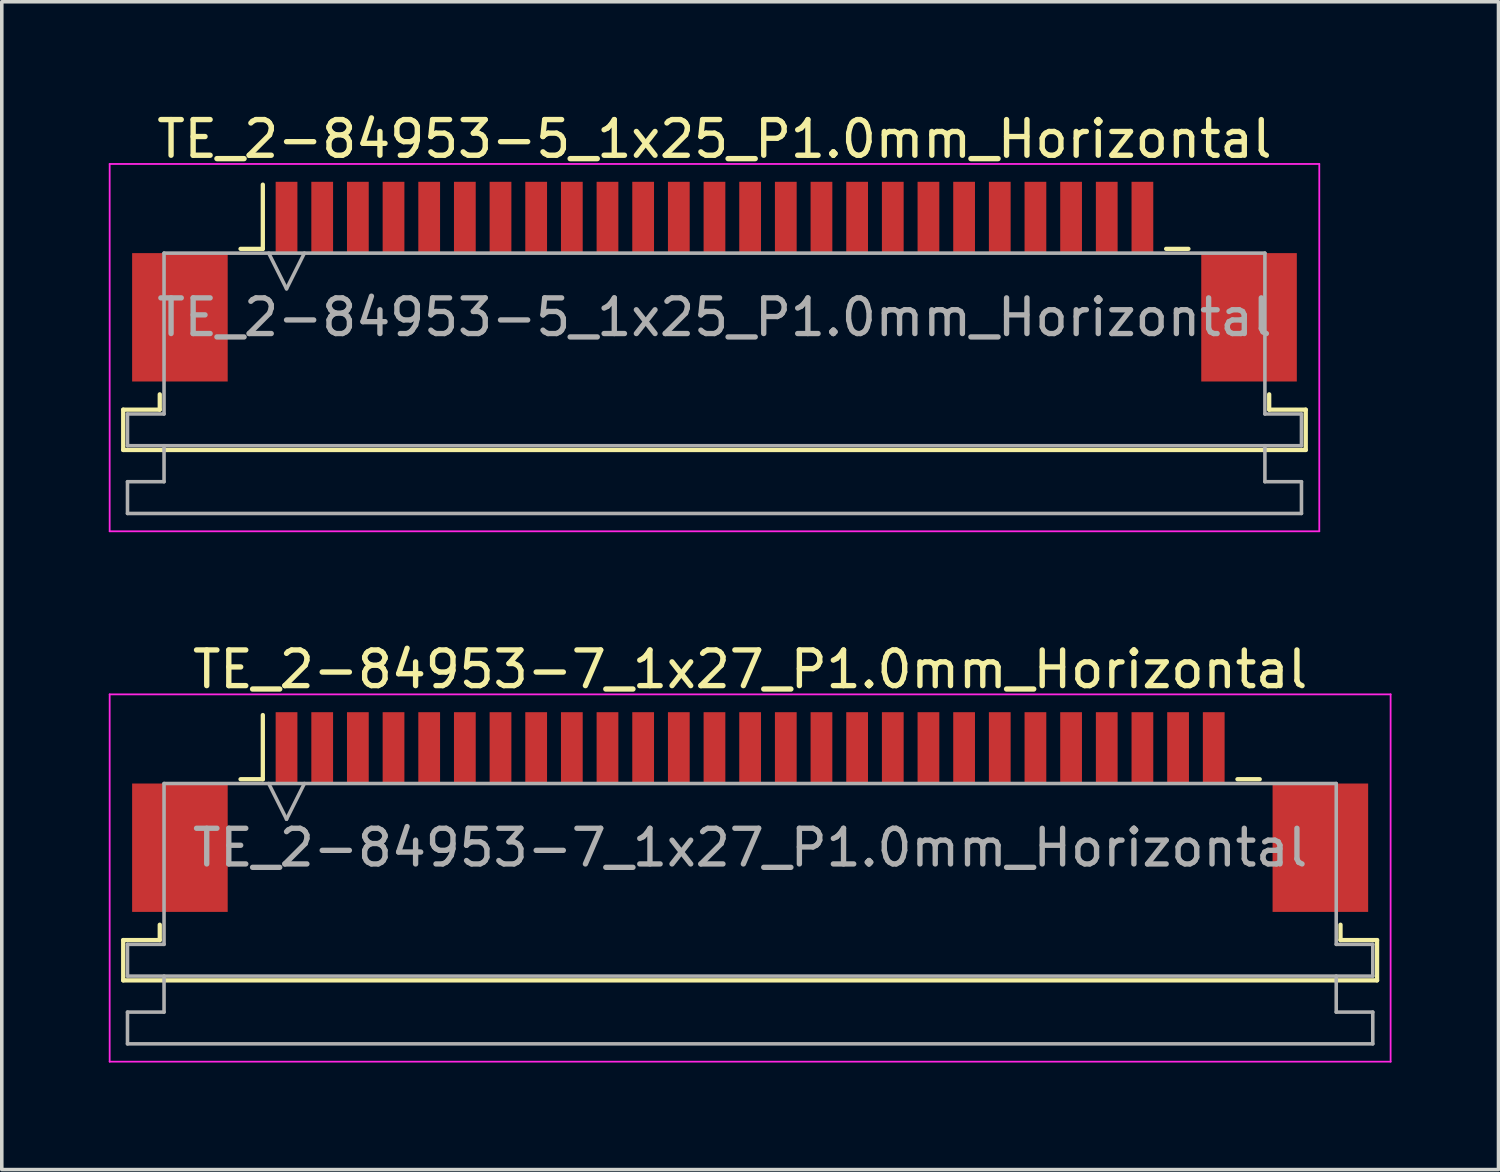
<source format=kicad_pcb>
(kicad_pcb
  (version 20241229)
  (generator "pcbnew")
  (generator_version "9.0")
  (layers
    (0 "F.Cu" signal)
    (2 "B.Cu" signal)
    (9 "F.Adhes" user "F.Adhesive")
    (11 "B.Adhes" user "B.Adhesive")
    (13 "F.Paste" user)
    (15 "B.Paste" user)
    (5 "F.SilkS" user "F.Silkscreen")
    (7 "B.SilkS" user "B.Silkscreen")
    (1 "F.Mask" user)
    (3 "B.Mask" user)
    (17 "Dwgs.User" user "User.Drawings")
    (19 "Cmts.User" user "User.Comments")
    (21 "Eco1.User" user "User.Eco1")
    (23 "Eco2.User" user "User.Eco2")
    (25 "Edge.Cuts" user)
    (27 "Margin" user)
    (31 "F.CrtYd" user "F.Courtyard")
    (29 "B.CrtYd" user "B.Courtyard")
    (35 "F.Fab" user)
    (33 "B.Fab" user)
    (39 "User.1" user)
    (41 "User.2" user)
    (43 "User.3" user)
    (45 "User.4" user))
  (footprint "TE_2-84953-5_1x25_P1.0mm_Horizontal"
    (layer "F.Cu")
    (at 16.985 4.848)
    (property "Reference" "TE_2-84953-5_1x25_P1.0mm_Horizontal" (at 0 -4 0) (layer "F.SilkS") (effects (font (size 1 1) (thickness 0.15))))
    (attr smd)
    (fp_line (start -16.58 3.59) (end -15.555 3.59) (stroke (width 0.12) (type solid)) (layer "F.SilkS"))
    (fp_line (start -16.58 4.72) (end -16.58 3.59) (stroke (width 0.12) (type solid)) (layer "F.SilkS"))
    (fp_line (start -15.555 3.59) (end -15.555 3.16) (stroke (width 0.12) (type solid)) (layer "F.SilkS"))
    (fp_line (start -13.29 -0.92) (end -12.665 -0.92) (stroke (width 0.12) (type solid)) (layer "F.SilkS"))
    (fp_line (start -12.665 -0.92) (end -12.665 -2.72) (stroke (width 0.12) (type solid)) (layer "F.SilkS"))
    (fp_line (start 12.665 -0.92) (end 13.29 -0.92) (stroke (width 0.12) (type solid)) (layer "F.SilkS"))
    (fp_line (start 15.555 3.16) (end 15.555 3.59) (stroke (width 0.12) (type solid)) (layer "F.SilkS"))
    (fp_line (start 15.555 3.59) (end 16.58 3.59) (stroke (width 0.12) (type solid)) (layer "F.SilkS"))
    (fp_line (start 16.58 3.59) (end 16.58 4.72) (stroke (width 0.12) (type solid)) (layer "F.SilkS"))
    (fp_line (start 16.58 4.72) (end -16.58 4.72) (stroke (width 0.12) (type solid)) (layer "F.SilkS"))
    (fp_line (start -16.96 -3.3) (end -16.96 7) (stroke (width 0.05) (type solid)) (layer "F.CrtYd"))
    (fp_line (start -16.96 7) (end 16.96 7) (stroke (width 0.05) (type solid)) (layer "F.CrtYd"))
    (fp_line (start 16.96 -3.3) (end -16.96 -3.3) (stroke (width 0.05) (type solid)) (layer "F.CrtYd"))
    (fp_line (start 16.96 7) (end 16.96 -3.3) (stroke (width 0.05) (type solid)) (layer "F.CrtYd"))
    (fp_line (start -16.46 3.71) (end -15.435 3.71) (stroke (width 0.1) (type solid)) (layer "F.Fab"))
    (fp_line (start -16.46 4.6) (end -16.46 3.71) (stroke (width 0.1) (type solid)) (layer "F.Fab"))
    (fp_line (start -16.46 5.61) (end -15.435 5.61) (stroke (width 0.1) (type solid)) (layer "F.Fab"))
    (fp_line (start -16.46 6.5) (end -16.46 5.61) (stroke (width 0.1) (type solid)) (layer "F.Fab"))
    (fp_line (start -15.435 -0.8) (end 15.435 -0.8) (stroke (width 0.1) (type solid)) (layer "F.Fab"))
    (fp_line (start -15.435 3.71) (end -15.435 -0.8) (stroke (width 0.1) (type solid)) (layer "F.Fab"))
    (fp_line (start -15.435 5.61) (end -15.435 4.6) (stroke (width 0.1) (type solid)) (layer "F.Fab"))
    (fp_line (start -12.5 -0.8) (end -12 0.2) (stroke (width 0.1) (type solid)) (layer "F.Fab"))
    (fp_line (start -12 0.2) (end -11.5 -0.8) (stroke (width 0.1) (type solid)) (layer "F.Fab"))
    (fp_line (start 15.435 -0.8) (end 15.435 3.71) (stroke (width 0.1) (type solid)) (layer "F.Fab"))
    (fp_line (start 15.435 3.71) (end 16.46 3.71) (stroke (width 0.1) (type solid)) (layer "F.Fab"))
    (fp_line (start 15.435 4.6) (end 15.435 5.61) (stroke (width 0.1) (type solid)) (layer "F.Fab"))
    (fp_line (start 15.435 5.61) (end 16.46 5.61) (stroke (width 0.1) (type solid)) (layer "F.Fab"))
    (fp_line (start 16.46 3.71) (end 16.46 4.6) (stroke (width 0.1) (type solid)) (layer "F.Fab"))
    (fp_line (start 16.46 4.6) (end -16.46 4.6) (stroke (width 0.1) (type solid)) (layer "F.Fab"))
    (fp_line (start 16.46 5.61) (end 16.46 6.5) (stroke (width 0.1) (type solid)) (layer "F.Fab"))
    (fp_line (start 16.46 6.5) (end -16.46 6.5) (stroke (width 0.1) (type solid)) (layer "F.Fab"))
    (fp_text user "${REFERENCE}" (at 0 1 0) (layer "F.Fab") (effects (font (size 1 1) (thickness 0.15))))
    (pad "" smd rect (at -14.99 1) (size 2.68 3.6) (layers "F.Cu" "F.Mask" "F.Paste"))
    (pad "" smd rect (at 14.99 1) (size 2.68 3.6) (layers "F.Cu" "F.Mask" "F.Paste"))
    (pad "1" smd rect (at -12 -1.8) (size 0.61 2) (layers "F.Cu" "F.Mask" "F.Paste"))
    (pad "2" smd rect (at -11 -1.8) (size 0.61 2) (layers "F.Cu" "F.Mask" "F.Paste"))
    (pad "3" smd rect (at -10 -1.8) (size 0.61 2) (layers "F.Cu" "F.Mask" "F.Paste"))
    (pad "4" smd rect (at -9 -1.8) (size 0.61 2) (layers "F.Cu" "F.Mask" "F.Paste"))
    (pad "5" smd rect (at -8 -1.8) (size 0.61 2) (layers "F.Cu" "F.Mask" "F.Paste"))
    (pad "6" smd rect (at -7 -1.8) (size 0.61 2) (layers "F.Cu" "F.Mask" "F.Paste"))
    (pad "7" smd rect (at -6 -1.8) (size 0.61 2) (layers "F.Cu" "F.Mask" "F.Paste"))
    (pad "8" smd rect (at -5 -1.8) (size 0.61 2) (layers "F.Cu" "F.Mask" "F.Paste"))
    (pad "9" smd rect (at -4 -1.8) (size 0.61 2) (layers "F.Cu" "F.Mask" "F.Paste"))
    (pad "10" smd rect (at -3 -1.8) (size 0.61 2) (layers "F.Cu" "F.Mask" "F.Paste"))
    (pad "11" smd rect (at -2 -1.8) (size 0.61 2) (layers "F.Cu" "F.Mask" "F.Paste"))
    (pad "12" smd rect (at -1 -1.8) (size 0.61 2) (layers "F.Cu" "F.Mask" "F.Paste"))
    (pad "13" smd rect (at 0 -1.8) (size 0.61 2) (layers "F.Cu" "F.Mask" "F.Paste"))
    (pad "14" smd rect (at 1 -1.8) (size 0.61 2) (layers "F.Cu" "F.Mask" "F.Paste"))
    (pad "15" smd rect (at 2 -1.8) (size 0.61 2) (layers "F.Cu" "F.Mask" "F.Paste"))
    (pad "16" smd rect (at 3 -1.8) (size 0.61 2) (layers "F.Cu" "F.Mask" "F.Paste"))
    (pad "17" smd rect (at 4 -1.8) (size 0.61 2) (layers "F.Cu" "F.Mask" "F.Paste"))
    (pad "18" smd rect (at 5 -1.8) (size 0.61 2) (layers "F.Cu" "F.Mask" "F.Paste"))
    (pad "19" smd rect (at 6 -1.8) (size 0.61 2) (layers "F.Cu" "F.Mask" "F.Paste"))
    (pad "20" smd rect (at 7 -1.8) (size 0.61 2) (layers "F.Cu" "F.Mask" "F.Paste"))
    (pad "21" smd rect (at 8 -1.8) (size 0.61 2) (layers "F.Cu" "F.Mask" "F.Paste"))
    (pad "22" smd rect (at 9 -1.8) (size 0.61 2) (layers "F.Cu" "F.Mask" "F.Paste"))
    (pad "23" smd rect (at 10 -1.8) (size 0.61 2) (layers "F.Cu" "F.Mask" "F.Paste"))
    (pad "24" smd rect (at 11 -1.8) (size 0.61 2) (layers "F.Cu" "F.Mask" "F.Paste"))
    (pad "25" smd rect (at 12 -1.8) (size 0.61 2) (layers "F.Cu" "F.Mask" "F.Paste")))
  (footprint "TE_2-84953-7_1x27_P1.0mm_Horizontal"
    (layer "F.Cu")
    (at 17.985 19.721)
    (property "Reference" "TE_2-84953-7_1x27_P1.0mm_Horizontal" (at 0 -4 0) (layer "F.SilkS") (effects (font (size 1 1) (thickness 0.15))))
    (attr smd)
    (fp_line (start -17.58 3.59) (end -16.555 3.59) (stroke (width 0.12) (type solid)) (layer "F.SilkS"))
    (fp_line (start -17.58 4.72) (end -17.58 3.59) (stroke (width 0.12) (type solid)) (layer "F.SilkS"))
    (fp_line (start -16.555 3.59) (end -16.555 3.16) (stroke (width 0.12) (type solid)) (layer "F.SilkS"))
    (fp_line (start -14.29 -0.92) (end -13.665 -0.92) (stroke (width 0.12) (type solid)) (layer "F.SilkS"))
    (fp_line (start -13.665 -0.92) (end -13.665 -2.72) (stroke (width 0.12) (type solid)) (layer "F.SilkS"))
    (fp_line (start 13.665 -0.92) (end 14.29 -0.92) (stroke (width 0.12) (type solid)) (layer "F.SilkS"))
    (fp_line (start 16.555 3.16) (end 16.555 3.59) (stroke (width 0.12) (type solid)) (layer "F.SilkS"))
    (fp_line (start 16.555 3.59) (end 17.58 3.59) (stroke (width 0.12) (type solid)) (layer "F.SilkS"))
    (fp_line (start 17.58 3.59) (end 17.58 4.72) (stroke (width 0.12) (type solid)) (layer "F.SilkS"))
    (fp_line (start 17.58 4.72) (end -17.58 4.72) (stroke (width 0.12) (type solid)) (layer "F.SilkS"))
    (fp_line (start -17.96 -3.3) (end -17.96 7) (stroke (width 0.05) (type solid)) (layer "F.CrtYd"))
    (fp_line (start -17.96 7) (end 17.96 7) (stroke (width 0.05) (type solid)) (layer "F.CrtYd"))
    (fp_line (start 17.96 -3.3) (end -17.96 -3.3) (stroke (width 0.05) (type solid)) (layer "F.CrtYd"))
    (fp_line (start 17.96 7) (end 17.96 -3.3) (stroke (width 0.05) (type solid)) (layer "F.CrtYd"))
    (fp_line (start -17.46 3.71) (end -16.435 3.71) (stroke (width 0.1) (type solid)) (layer "F.Fab"))
    (fp_line (start -17.46 4.6) (end -17.46 3.71) (stroke (width 0.1) (type solid)) (layer "F.Fab"))
    (fp_line (start -17.46 5.61) (end -16.435 5.61) (stroke (width 0.1) (type solid)) (layer "F.Fab"))
    (fp_line (start -17.46 6.5) (end -17.46 5.61) (stroke (width 0.1) (type solid)) (layer "F.Fab"))
    (fp_line (start -16.435 -0.8) (end 16.435 -0.8) (stroke (width 0.1) (type solid)) (layer "F.Fab"))
    (fp_line (start -16.435 3.71) (end -16.435 -0.8) (stroke (width 0.1) (type solid)) (layer "F.Fab"))
    (fp_line (start -16.435 5.61) (end -16.435 4.6) (stroke (width 0.1) (type solid)) (layer "F.Fab"))
    (fp_line (start -13.5 -0.8) (end -13 0.2) (stroke (width 0.1) (type solid)) (layer "F.Fab"))
    (fp_line (start -13 0.2) (end -12.5 -0.8) (stroke (width 0.1) (type solid)) (layer "F.Fab"))
    (fp_line (start 16.435 -0.8) (end 16.435 3.71) (stroke (width 0.1) (type solid)) (layer "F.Fab"))
    (fp_line (start 16.435 3.71) (end 17.46 3.71) (stroke (width 0.1) (type solid)) (layer "F.Fab"))
    (fp_line (start 16.435 4.6) (end 16.435 5.61) (stroke (width 0.1) (type solid)) (layer "F.Fab"))
    (fp_line (start 16.435 5.61) (end 17.46 5.61) (stroke (width 0.1) (type solid)) (layer "F.Fab"))
    (fp_line (start 17.46 3.71) (end 17.46 4.6) (stroke (width 0.1) (type solid)) (layer "F.Fab"))
    (fp_line (start 17.46 4.6) (end -17.46 4.6) (stroke (width 0.1) (type solid)) (layer "F.Fab"))
    (fp_line (start 17.46 5.61) (end 17.46 6.5) (stroke (width 0.1) (type solid)) (layer "F.Fab"))
    (fp_line (start 17.46 6.5) (end -17.46 6.5) (stroke (width 0.1) (type solid)) (layer "F.Fab"))
    (fp_text user "${REFERENCE}" (at 0 1 0) (layer "F.Fab") (effects (font (size 1 1) (thickness 0.15))))
    (pad "" smd rect (at -15.99 1) (size 2.68 3.6) (layers "F.Cu" "F.Mask" "F.Paste"))
    (pad "" smd rect (at 15.99 1) (size 2.68 3.6) (layers "F.Cu" "F.Mask" "F.Paste"))
    (pad "1" smd rect (at -13 -1.8) (size 0.61 2) (layers "F.Cu" "F.Mask" "F.Paste"))
    (pad "2" smd rect (at -12 -1.8) (size 0.61 2) (layers "F.Cu" "F.Mask" "F.Paste"))
    (pad "3" smd rect (at -11 -1.8) (size 0.61 2) (layers "F.Cu" "F.Mask" "F.Paste"))
    (pad "4" smd rect (at -10 -1.8) (size 0.61 2) (layers "F.Cu" "F.Mask" "F.Paste"))
    (pad "5" smd rect (at -9 -1.8) (size 0.61 2) (layers "F.Cu" "F.Mask" "F.Paste"))
    (pad "6" smd rect (at -8 -1.8) (size 0.61 2) (layers "F.Cu" "F.Mask" "F.Paste"))
    (pad "7" smd rect (at -7 -1.8) (size 0.61 2) (layers "F.Cu" "F.Mask" "F.Paste"))
    (pad "8" smd rect (at -6 -1.8) (size 0.61 2) (layers "F.Cu" "F.Mask" "F.Paste"))
    (pad "9" smd rect (at -5 -1.8) (size 0.61 2) (layers "F.Cu" "F.Mask" "F.Paste"))
    (pad "10" smd rect (at -4 -1.8) (size 0.61 2) (layers "F.Cu" "F.Mask" "F.Paste"))
    (pad "11" smd rect (at -3 -1.8) (size 0.61 2) (layers "F.Cu" "F.Mask" "F.Paste"))
    (pad "12" smd rect (at -2 -1.8) (size 0.61 2) (layers "F.Cu" "F.Mask" "F.Paste"))
    (pad "13" smd rect (at -1 -1.8) (size 0.61 2) (layers "F.Cu" "F.Mask" "F.Paste"))
    (pad "14" smd rect (at 0 -1.8) (size 0.61 2) (layers "F.Cu" "F.Mask" "F.Paste"))
    (pad "15" smd rect (at 1 -1.8) (size 0.61 2) (layers "F.Cu" "F.Mask" "F.Paste"))
    (pad "16" smd rect (at 2 -1.8) (size 0.61 2) (layers "F.Cu" "F.Mask" "F.Paste"))
    (pad "17" smd rect (at 3 -1.8) (size 0.61 2) (layers "F.Cu" "F.Mask" "F.Paste"))
    (pad "18" smd rect (at 4 -1.8) (size 0.61 2) (layers "F.Cu" "F.Mask" "F.Paste"))
    (pad "19" smd rect (at 5 -1.8) (size 0.61 2) (layers "F.Cu" "F.Mask" "F.Paste"))
    (pad "20" smd rect (at 6 -1.8) (size 0.61 2) (layers "F.Cu" "F.Mask" "F.Paste"))
    (pad "21" smd rect (at 7 -1.8) (size 0.61 2) (layers "F.Cu" "F.Mask" "F.Paste"))
    (pad "22" smd rect (at 8 -1.8) (size 0.61 2) (layers "F.Cu" "F.Mask" "F.Paste"))
    (pad "23" smd rect (at 9 -1.8) (size 0.61 2) (layers "F.Cu" "F.Mask" "F.Paste"))
    (pad "24" smd rect (at 10 -1.8) (size 0.61 2) (layers "F.Cu" "F.Mask" "F.Paste"))
    (pad "25" smd rect (at 11 -1.8) (size 0.61 2) (layers "F.Cu" "F.Mask" "F.Paste"))
    (pad "26" smd rect (at 12 -1.8) (size 0.61 2) (layers "F.Cu" "F.Mask" "F.Paste"))
    (pad "27" smd rect (at 13 -1.8) (size 0.61 2) (layers "F.Cu" "F.Mask" "F.Paste")))
  (gr_rect
    (start -3 -3)
    (end 38.97 29.747)
    (stroke (width 0.1) (type default))
    (fill no)
    (layer "Edge.Cuts")))
</source>
